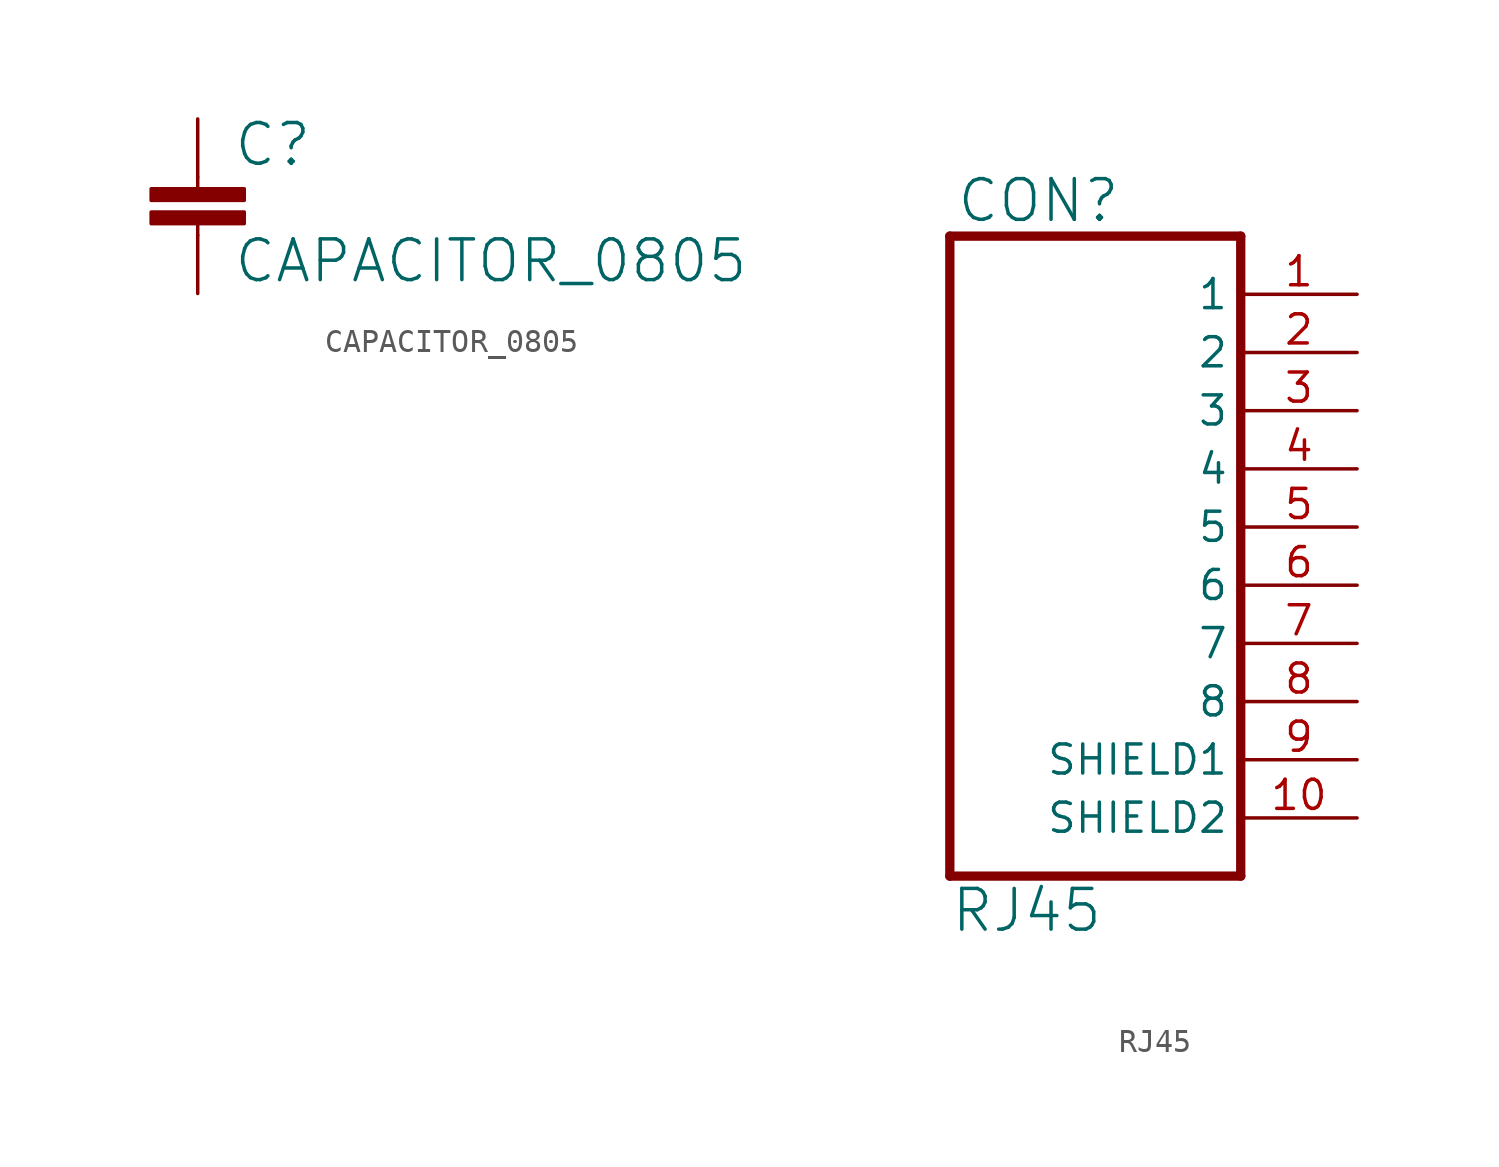
<source format=kicad_sym>
(kicad_symbol_lib
  (version 20211014)
  (generator kicad_symbol_editor)
  (symbol "CAPACITOR_0805"
    (property "Reference" "C"
      (at 1.524 2.921 0)
      (effects (font (size 1.778 1.778)) (justify left bottom)))
    (property "Value" "CAPACITOR_0805"
      (at 1.524 -2.159 0)
      (effects (font (size 1.778 1.778)) (justify left bottom)))
    (property "ki_locked" ""
      (at 0 0 0)
      (effects (font (size 1.27 1.27))))
    (symbol "CAPACITOR_0805_1_0"
      (rectangle (start -2.032 0.508) (end 2.032 1.016) (stroke (width 0) (type default) (color 0 0 0 0)) (fill (type outline)))
      (rectangle (start -2.032 1.524) (end 2.032 2.032) (stroke (width 0) (type default) (color 0 0 0 0)) (fill (type outline)))
      (polyline (pts (xy 0 0) (xy 0 0.508)) (stroke (width 0.152) (type default) (color 0 0 0 0)) (fill (type none)))
      (polyline (pts (xy 0 2.54) (xy 0 2.032)) (stroke (width 0.152) (type default) (color 0 0 0 0)) (fill (type none)))
      (pin passive line (at 0 5.08 270) (length 2.54) (name "1" (effects (font (size 0 0)))) (number "1" (effects (font (size 0 0)))))
      (pin passive line (at 0 -2.54 90) (length 2.54) (name "2" (effects (font (size 0 0)))) (number "2" (effects (font (size 0 0)))))))
  (symbol "RJ45"
    (property "Reference" "CON"
      (at 0.254 28.448 0)
      (effects (font (size 1.778 1.778)) (justify left bottom)))
    (property "Value" "RJ45"
      (at 0 -2.54 0)
      (effects (font (size 1.778 1.778)) (justify left bottom)))
    (property "ki_locked" ""
      (at 0 0 0)
      (effects (font (size 1.27 1.27))))
    (symbol "RJ45_1_0"
      (polyline (pts (xy 0 27.94) (xy 0 0)) (stroke (width 0.406) (type default) (color 0 0 0 0)) (fill (type none)))
      (polyline (pts (xy 0 27.94) (xy 12.7 27.94)) (stroke (width 0.406) (type default) (color 0 0 0 0)) (fill (type none)))
      (polyline (pts (xy 12.7 0) (xy 0 0)) (stroke (width 0.406) (type default) (color 0 0 0 0)) (fill (type none)))
      (polyline (pts (xy 12.7 0) (xy 12.7 27.94)) (stroke (width 0.406) (type default) (color 0 0 0 0)) (fill (type none)))
      (pin passive line (at 17.78 25.4 180) (length 5.08) (name "1" (effects (font (size 1.27 1.27)))) (number "1" (effects (font (size 1.27 1.27)))))
      (pin passive line (at 17.78 2.54 180) (length 5.08) (name "SHIELD2" (effects (font (size 1.27 1.27)))) (number "10" (effects (font (size 1.27 1.27)))))
      (pin passive line (at 17.78 22.86 180) (length 5.08) (name "2" (effects (font (size 1.27 1.27)))) (number "2" (effects (font (size 1.27 1.27)))))
      (pin passive line (at 17.78 20.32 180) (length 5.08) (name "3" (effects (font (size 1.27 1.27)))) (number "3" (effects (font (size 1.27 1.27)))))
      (pin passive line (at 17.78 17.78 180) (length 5.08) (name "4" (effects (font (size 1.27 1.27)))) (number "4" (effects (font (size 1.27 1.27)))))
      (pin passive line (at 17.78 15.24 180) (length 5.08) (name "5" (effects (font (size 1.27 1.27)))) (number "5" (effects (font (size 1.27 1.27)))))
      (pin passive line (at 17.78 12.7 180) (length 5.08) (name "6" (effects (font (size 1.27 1.27)))) (number "6" (effects (font (size 1.27 1.27)))))
      (pin passive line (at 17.78 10.16 180) (length 5.08) (name "7" (effects (font (size 1.27 1.27)))) (number "7" (effects (font (size 1.27 1.27)))))
      (pin passive line (at 17.78 7.62 180) (length 5.08) (name "8" (effects (font (size 1.27 1.27)))) (number "8" (effects (font (size 1.27 1.27)))))
      (pin passive line (at 17.78 5.08 180) (length 5.08) (name "SHIELD1" (effects (font (size 1.27 1.27)))) (number "9" (effects (font (size 1.27 1.27))))))))
</source>
